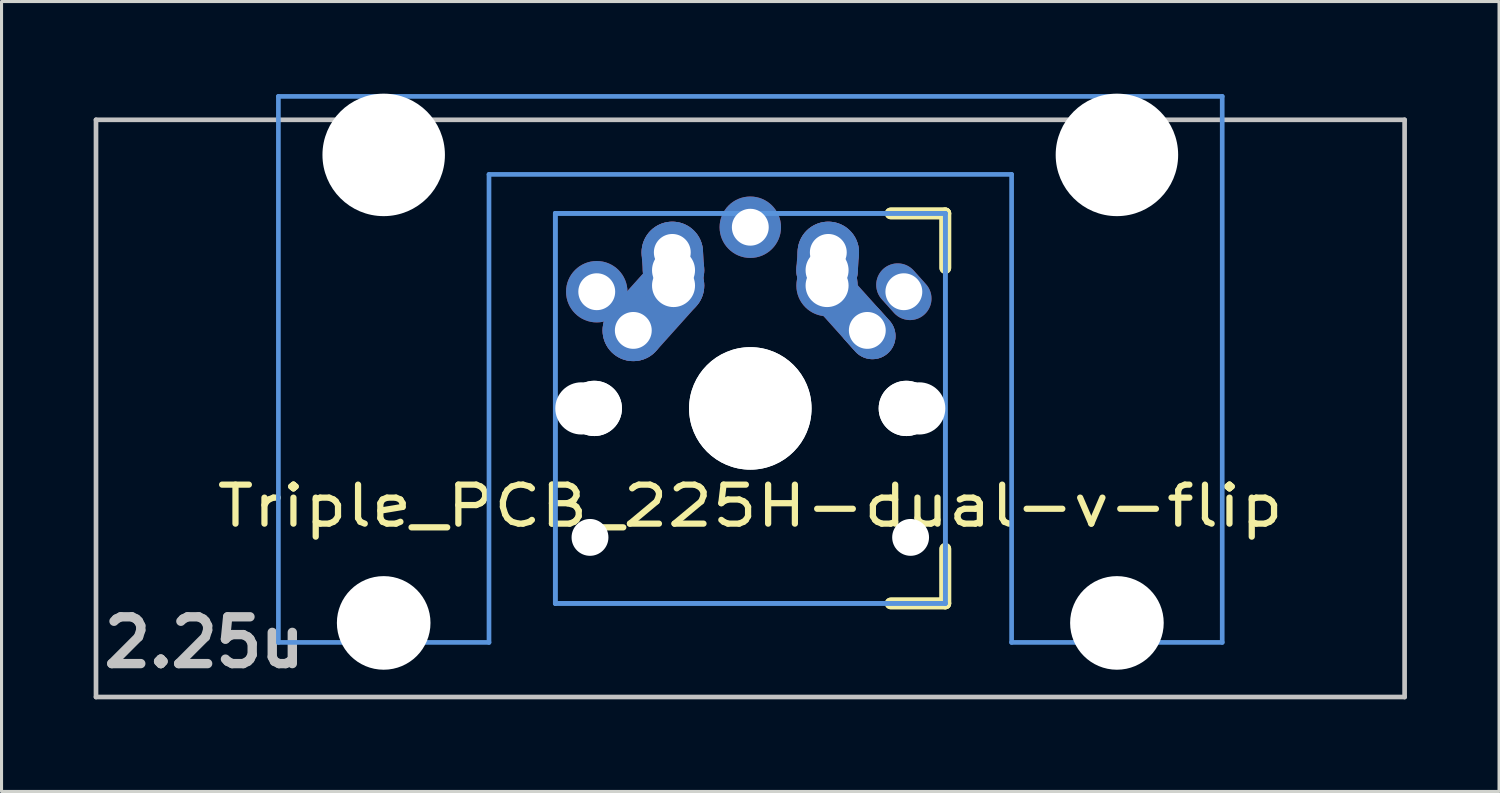
<source format=kicad_pcb>
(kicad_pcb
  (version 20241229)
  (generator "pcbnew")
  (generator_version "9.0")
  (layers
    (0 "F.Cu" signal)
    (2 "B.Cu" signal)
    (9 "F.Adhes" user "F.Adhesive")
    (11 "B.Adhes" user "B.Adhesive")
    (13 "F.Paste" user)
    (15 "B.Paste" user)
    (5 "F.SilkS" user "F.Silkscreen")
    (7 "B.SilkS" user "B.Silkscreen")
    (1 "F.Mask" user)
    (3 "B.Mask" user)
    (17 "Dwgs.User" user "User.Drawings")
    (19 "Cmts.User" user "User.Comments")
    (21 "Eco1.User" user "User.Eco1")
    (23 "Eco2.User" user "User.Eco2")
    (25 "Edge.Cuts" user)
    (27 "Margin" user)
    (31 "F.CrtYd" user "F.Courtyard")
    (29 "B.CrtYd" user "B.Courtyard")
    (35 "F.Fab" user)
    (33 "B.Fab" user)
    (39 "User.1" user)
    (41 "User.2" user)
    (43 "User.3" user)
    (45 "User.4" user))
  (footprint "Triple_PCB_225H-dual-v-flip"
    (layer "F.Cu")
    (at 21.382 10.249)
    (property "Reference" "Triple_PCB_225H-dual-v-flip" (at 0 3.175 0) (layer "F.SilkS") (effects (font (size 1.27 1.524) (thickness 0.203))))
    (attr through_hole)
    (fp_line (start 4.572 -6.35) (end 6.35 -6.35) (stroke (width 0.381) (type solid)) (layer "F.SilkS"))
    (fp_line (start 4.572 -6.35) (end 6.35 -6.35) (stroke (width 0.381) (type solid)) (layer "F.SilkS"))
    (fp_line (start 6.35 -6.35) (end 6.35 -4.572) (stroke (width 0.381) (type solid)) (layer "F.SilkS"))
    (fp_line (start 6.35 -6.35) (end 6.35 -4.572) (stroke (width 0.381) (type solid)) (layer "F.SilkS"))
    (fp_line (start 6.35 4.572) (end 6.35 6.35) (stroke (width 0.381) (type solid)) (layer "F.SilkS"))
    (fp_line (start 6.35 4.572) (end 6.35 6.35) (stroke (width 0.381) (type solid)) (layer "F.SilkS"))
    (fp_line (start 6.35 6.35) (end 4.572 6.35) (stroke (width 0.381) (type solid)) (layer "F.SilkS"))
    (fp_line (start 6.35 6.35) (end 4.572 6.35) (stroke (width 0.381) (type solid)) (layer "F.SilkS"))
    (fp_line (start -21.306 -9.398) (end 21.306 -9.398) (stroke (width 0.152) (type solid)) (layer "Dwgs.User"))
    (fp_line (start -21.306 9.398) (end -21.306 -9.398) (stroke (width 0.152) (type solid)) (layer "Dwgs.User"))
    (fp_line (start 21.306 -9.398) (end 21.306 9.398) (stroke (width 0.152) (type solid)) (layer "Dwgs.User"))
    (fp_line (start 21.306 9.398) (end -21.306 9.398) (stroke (width 0.152) (type solid)) (layer "Dwgs.User"))
    (fp_line (start -15.367 -10.16) (end -15.367 7.62) (stroke (width 0.152) (type solid)) (layer "Cmts.User"))
    (fp_line (start -15.367 7.62) (end -8.509 7.62) (stroke (width 0.152) (type solid)) (layer "Cmts.User"))
    (fp_line (start -8.509 -7.62) (end 8.509 -7.62) (stroke (width 0.152) (type solid)) (layer "Cmts.User"))
    (fp_line (start -8.509 7.62) (end -8.509 -7.62) (stroke (width 0.152) (type solid)) (layer "Cmts.User"))
    (fp_line (start -6.35 -6.35) (end 6.35 -6.35) (stroke (width 0.152) (type solid)) (layer "Cmts.User"))
    (fp_line (start -6.35 -6.35) (end 6.35 -6.35) (stroke (width 0.152) (type solid)) (layer "Cmts.User"))
    (fp_line (start -6.35 6.35) (end -6.35 -6.35) (stroke (width 0.152) (type solid)) (layer "Cmts.User"))
    (fp_line (start -6.35 6.35) (end -6.35 -6.35) (stroke (width 0.152) (type solid)) (layer "Cmts.User"))
    (fp_line (start 6.35 -6.35) (end 6.35 6.35) (stroke (width 0.152) (type solid)) (layer "Cmts.User"))
    (fp_line (start 6.35 -6.35) (end 6.35 6.35) (stroke (width 0.152) (type solid)) (layer "Cmts.User"))
    (fp_line (start 6.35 6.35) (end -6.35 6.35) (stroke (width 0.152) (type solid)) (layer "Cmts.User"))
    (fp_line (start 6.35 6.35) (end -6.35 6.35) (stroke (width 0.152) (type solid)) (layer "Cmts.User"))
    (fp_line (start 8.509 -7.62) (end 8.509 7.62) (stroke (width 0.152) (type solid)) (layer "Cmts.User"))
    (fp_line (start 8.509 7.62) (end 15.367 7.62) (stroke (width 0.152) (type solid)) (layer "Cmts.User"))
    (fp_line (start 15.367 -10.16) (end -15.367 -10.16) (stroke (width 0.152) (type solid)) (layer "Cmts.User"))
    (fp_line (start 15.367 7.62) (end 15.367 -10.16) (stroke (width 0.152) (type solid)) (layer "Cmts.User"))
    (fp_line (start -16.129 -0.508) (end -15.265 -0.508) (stroke (width 0.152) (type solid)) (layer "Eco2.User"))
    (fp_line (start -16.129 2.286) (end -16.129 -0.508) (stroke (width 0.152) (type solid)) (layer "Eco2.User"))
    (fp_line (start -15.265 -6.604) (end -14.224 -6.604) (stroke (width 0.152) (type solid)) (layer "Eco2.User"))
    (fp_line (start -15.265 -0.508) (end -15.265 -6.604) (stroke (width 0.152) (type solid)) (layer "Eco2.User"))
    (fp_line (start -15.265 2.286) (end -16.129 2.286) (stroke (width 0.152) (type solid)) (layer "Eco2.User"))
    (fp_line (start -15.265 5.69) (end -15.265 2.286) (stroke (width 0.152) (type solid)) (layer "Eco2.User"))
    (fp_line (start -14.224 -7.772) (end -9.652 -7.772) (stroke (width 0.152) (type solid)) (layer "Eco2.User"))
    (fp_line (start -14.224 -6.604) (end -14.224 -7.772) (stroke (width 0.152) (type solid)) (layer "Eco2.User"))
    (fp_line (start -9.652 -7.772) (end -9.652 -6.604) (stroke (width 0.152) (type solid)) (layer "Eco2.User"))
    (fp_line (start -9.652 -6.604) (end -8.611 -6.604) (stroke (width 0.152) (type solid)) (layer "Eco2.User"))
    (fp_line (start -8.611 -6.604) (end -8.611 -5.817) (stroke (width 0.152) (type solid)) (layer "Eco2.User"))
    (fp_line (start -8.611 -5.817) (end -6.985 -5.817) (stroke (width 0.152) (type solid)) (layer "Eco2.User"))
    (fp_line (start -8.611 4.877) (end -8.611 5.69) (stroke (width 0.152) (type solid)) (layer "Eco2.User"))
    (fp_line (start -8.611 5.69) (end -15.265 5.69) (stroke (width 0.152) (type solid)) (layer "Eco2.User"))
    (fp_line (start -7.5 -7.5) (end 7.5 -7.5) (stroke (width 0.152) (type solid)) (layer "Eco2.User"))
    (fp_line (start -7.5 7.5) (end -7.5 -7.5) (stroke (width 0.152) (type solid)) (layer "Eco2.User"))
    (fp_line (start -6.985 -6.985) (end 6.985 -6.985) (stroke (width 0.152) (type solid)) (layer "Eco2.User"))
    (fp_line (start -6.985 -6.985) (end 6.985 -6.985) (stroke (width 0.152) (type solid)) (layer "Eco2.User"))
    (fp_line (start -6.985 -5.817) (end -6.985 -6.985) (stroke (width 0.152) (type solid)) (layer "Eco2.User"))
    (fp_line (start -6.985 4.877) (end -8.611 4.877) (stroke (width 0.152) (type solid)) (layer "Eco2.User"))
    (fp_line (start -6.985 6.985) (end -6.985 -6.985) (stroke (width 0.152) (type solid)) (layer "Eco2.User"))
    (fp_line (start -6.985 6.985) (end -6.985 4.877) (stroke (width 0.152) (type solid)) (layer "Eco2.User"))
    (fp_line (start 6.985 -6.985) (end 6.985 -5.817) (stroke (width 0.152) (type solid)) (layer "Eco2.User"))
    (fp_line (start 6.985 -6.985) (end 6.985 6.985) (stroke (width 0.152) (type solid)) (layer "Eco2.User"))
    (fp_line (start 6.985 -5.817) (end 8.611 -5.817) (stroke (width 0.152) (type solid)) (layer "Eco2.User"))
    (fp_line (start 6.985 4.877) (end 6.985 6.985) (stroke (width 0.152) (type solid)) (layer "Eco2.User"))
    (fp_line (start 6.985 6.985) (end -6.985 6.985) (stroke (width 0.152) (type solid)) (layer "Eco2.User"))
    (fp_line (start 6.985 6.985) (end -6.985 6.985) (stroke (width 0.152) (type solid)) (layer "Eco2.User"))
    (fp_line (start 7.5 -7.5) (end 7.5 7.5) (stroke (width 0.152) (type solid)) (layer "Eco2.User"))
    (fp_line (start 7.5 7.5) (end -7.5 7.5) (stroke (width 0.152) (type solid)) (layer "Eco2.User"))
    (fp_line (start 8.611 -6.604) (end 9.652 -6.604) (stroke (width 0.152) (type solid)) (layer "Eco2.User"))
    (fp_line (start 8.611 -5.817) (end 8.611 -6.604) (stroke (width 0.152) (type solid)) (layer "Eco2.User"))
    (fp_line (start 8.611 4.877) (end 6.985 4.877) (stroke (width 0.152) (type solid)) (layer "Eco2.User"))
    (fp_line (start 8.611 5.69) (end 8.611 4.877) (stroke (width 0.152) (type solid)) (layer "Eco2.User"))
    (fp_line (start 9.652 -7.772) (end 14.224 -7.772) (stroke (width 0.152) (type solid)) (layer "Eco2.User"))
    (fp_line (start 9.652 -6.604) (end 9.652 -7.772) (stroke (width 0.152) (type solid)) (layer "Eco2.User"))
    (fp_line (start 14.224 -7.772) (end 14.224 -6.604) (stroke (width 0.152) (type solid)) (layer "Eco2.User"))
    (fp_line (start 14.224 -6.604) (end 15.265 -6.604) (stroke (width 0.152) (type solid)) (layer "Eco2.User"))
    (fp_line (start 15.265 -6.604) (end 15.265 -0.508) (stroke (width 0.152) (type solid)) (layer "Eco2.User"))
    (fp_line (start 15.265 -0.508) (end 16.129 -0.508) (stroke (width 0.152) (type solid)) (layer "Eco2.User"))
    (fp_line (start 15.265 2.286) (end 15.265 5.69) (stroke (width 0.152) (type solid)) (layer "Eco2.User"))
    (fp_line (start 15.265 5.69) (end 8.611 5.69) (stroke (width 0.152) (type solid)) (layer "Eco2.User"))
    (fp_line (start 16.129 -0.508) (end 16.129 2.286) (stroke (width 0.152) (type solid)) (layer "Eco2.User"))
    (fp_line (start 16.129 2.286) (end 15.265 2.286) (stroke (width 0.152) (type solid)) (layer "Eco2.User"))
    (fp_text user "2.25u" (at -17.78 7.62 180) (layer "Dwgs.User") (effects (font (size 1.524 1.524) (thickness 0.305))))
    (pad "" np_thru_hole circle (at -11.938 -8.255 180) (size 3.988 3.988) (drill 3.988) (layers "*.Cu"))
    (pad "" np_thru_hole circle (at -11.938 6.985 180) (size 3.048 3.048) (drill 3.048) (layers "*.Cu"))
    (pad "" np_thru_hole circle (at -5.5 0) (size 1.7 1.7) (drill 1.7) (layers "*.Cu"))
    (pad "" np_thru_hole circle (at -5.22 4.2) (size 1.2 1.2) (drill 1.2) (layers "*.Cu"))
    (pad "" np_thru_hole circle (at -5.08 0) (size 1.8 1.8) (drill 1.8) (layers "*.Cu"))
    (pad "" np_thru_hole circle (at -5.08 0) (size 1.8 1.8) (drill 1.8) (layers "*.Cu"))
    (pad "" np_thru_hole circle (at 0 0) (size 3.988 3.988) (drill 3.988) (layers "*.Cu"))
    (pad "" np_thru_hole circle (at 0 0) (size 3.988 3.988) (drill 3.988) (layers "*.Cu"))
    (pad "" np_thru_hole circle (at 5.08 0) (size 1.8 1.8) (drill 1.8) (layers "*.Cu"))
    (pad "" np_thru_hole circle (at 5.08 0) (size 1.8 1.8) (drill 1.8) (layers "*.Cu"))
    (pad "" np_thru_hole circle (at 5.22 4.2) (size 1.2 1.2) (drill 1.2) (layers "*.Cu"))
    (pad "" np_thru_hole circle (at 5.5 0) (size 1.7 1.7) (drill 1.7) (layers "*.Cu"))
    (pad "" np_thru_hole circle (at 11.938 -8.255 180) (size 3.988 3.988) (drill 3.988) (layers "*.Cu"))
    (pad "" np_thru_hole circle (at 11.938 6.985 180) (size 3.048 3.048) (drill 3.048) (layers "*.Cu"))
    (pad "1" thru_hole circle (at -5 -3.8 138.1) (size 2 2) (drill 1.2) (layers "*.Cu" "*.Mask"))
    (pad "1" thru_hole circle (at -3.81 -2.54) (size 2 2) (drill oval 1.2) (layers "*.Cu" "*.Mask"))
    (pad "1" smd oval (at -3.155 -3.27 138.1) (size 2 3.962) (layers "F.Cu" "F.Mask" "F.Paste"))
    (pad "1" smd oval (at -3.155 -3.27 138.1) (size 2 3.962) (layers "B.Cu" "B.Mask" "B.Paste"))
    (pad "1" thru_hole circle (at -2.54 -5.08 330.95) (size 2 2) (drill 1.2) (layers "*.Cu" "*.Mask"))
    (pad "1" smd oval (at -2.52 -4.79 3.945) (size 2 2.581) (layers "F.Cu" "F.Mask" "F.Paste"))
    (pad "1" smd oval (at -2.52 -4.79 3.945) (size 2 2.581) (layers "B.Cu" "B.Mask" "B.Paste"))
    (pad "1" thru_hole circle (at -2.5 -4.5 330.95) (size 2 2) (drill 1.4) (layers "*.Cu" "*.Mask"))
    (pad "1" thru_hole circle (at -2.5 -4 330.95) (size 2 2) (drill 1.4) (layers "*.Cu" "*.Mask"))
    (pad "1" thru_hole oval (at 5 -3.8 221.9) (size 1.4 2) (drill 1.2) (layers "*.Cu" "*.Mask"))
    (pad "2" thru_hole circle (at 0 -5.9) (size 2 2) (drill 1.2) (layers "*.Cu" "*.Mask"))
    (pad "2" thru_hole circle (at 2.5 -4.5 330.95) (size 2 2) (drill 1.4) (layers "*.Cu" "*.Mask"))
    (pad "2" thru_hole circle (at 2.5 -4) (size 2 2) (drill 1.4) (layers "*.Cu" "*.Mask"))
    (pad "2" smd oval (at 2.52 -4.79 356.055) (size 2 2.581) (layers "F.Cu" "F.Mask" "F.Paste"))
    (pad "2" smd oval (at 2.52 -4.79 356.055) (size 2 2.581) (layers "B.Cu" "B.Mask" "B.Paste"))
    (pad "2" thru_hole circle (at 2.54 -5.08 330.95) (size 2 2) (drill 1.2) (layers "*.Cu" "*.Mask"))
    (pad "2" smd oval (at 3.155 -3.27 221.9) (size 1.5 3.962) (layers "F.Cu" "F.Mask" "F.Paste"))
    (pad "2" smd oval (at 3.155 -3.27 221.9) (size 1.5 3.962) (layers "B.Cu" "B.Mask" "B.Paste"))
    (pad "2" thru_hole oval (at 3.81 -2.54 311.9) (size 2 1.5) (drill 1.2) (layers "*.Cu" "*.Mask")))
  (gr_rect
    (start -3 -3)
    (end 45.763 22.723)
    (stroke (width 0.1) (type default))
    (fill no)
    (layer "Edge.Cuts")))
</source>
